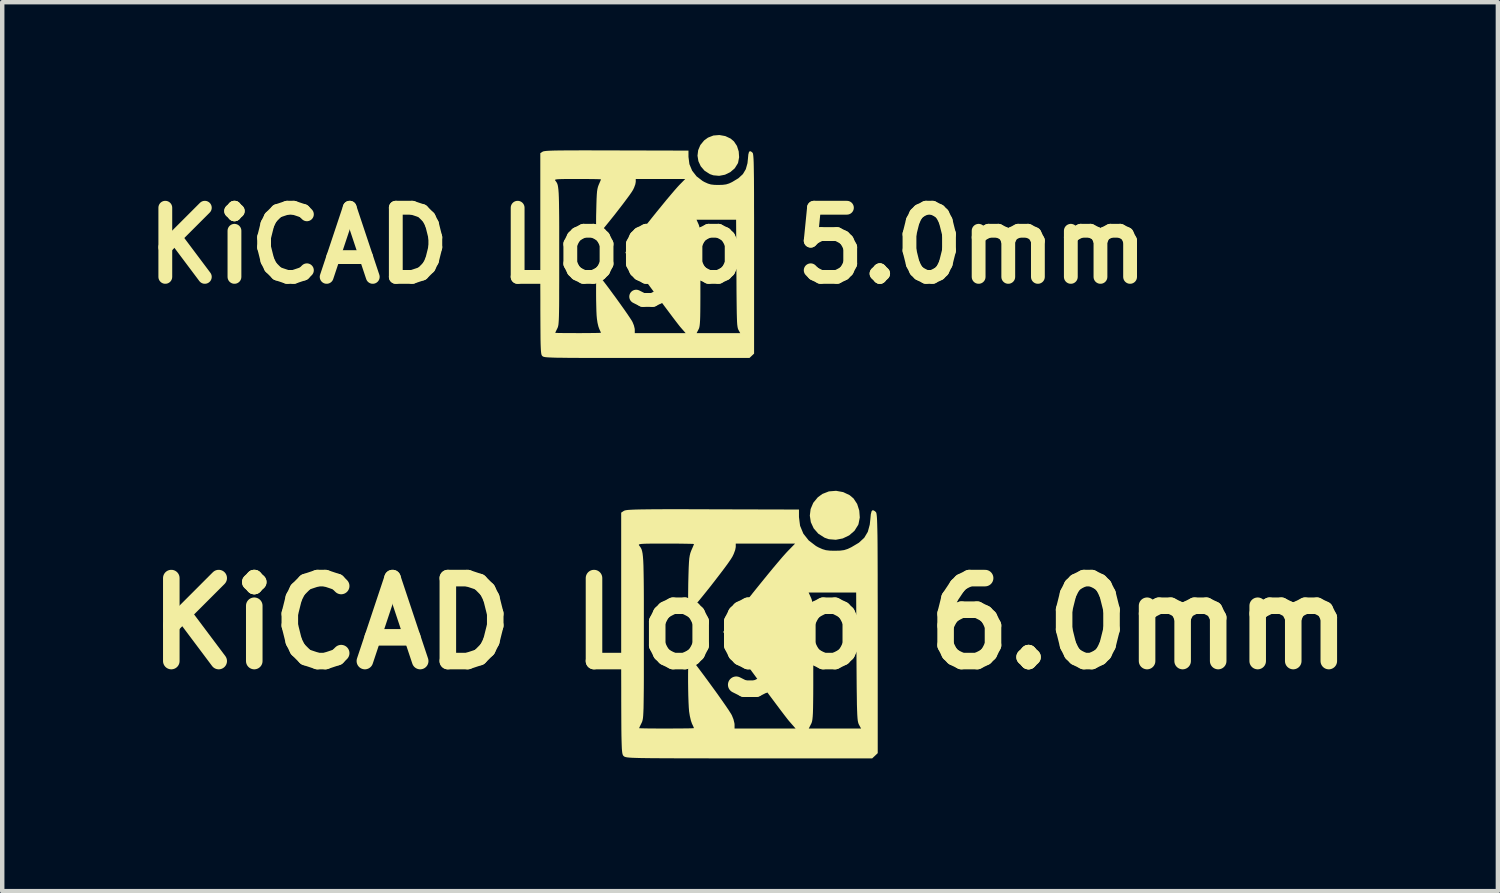
<source format=kicad_pcb>
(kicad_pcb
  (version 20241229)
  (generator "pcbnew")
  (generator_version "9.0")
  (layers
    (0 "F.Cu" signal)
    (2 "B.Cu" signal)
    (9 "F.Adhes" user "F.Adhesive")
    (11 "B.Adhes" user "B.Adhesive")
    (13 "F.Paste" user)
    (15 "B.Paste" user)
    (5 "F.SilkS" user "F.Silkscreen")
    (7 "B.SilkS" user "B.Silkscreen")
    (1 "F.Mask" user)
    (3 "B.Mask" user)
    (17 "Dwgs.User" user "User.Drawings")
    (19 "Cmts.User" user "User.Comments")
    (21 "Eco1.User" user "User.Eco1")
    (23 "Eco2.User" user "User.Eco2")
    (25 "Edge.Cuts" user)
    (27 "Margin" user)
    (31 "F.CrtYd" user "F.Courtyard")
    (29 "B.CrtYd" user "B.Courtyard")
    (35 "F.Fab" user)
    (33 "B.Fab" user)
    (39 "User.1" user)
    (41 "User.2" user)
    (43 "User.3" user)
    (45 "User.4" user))
  (footprint "KiCAD Logo 6.0mm"
    (layer "F.Cu")
    (at 13.893 11.035)
    (property "Reference" "KiCAD Logo 6.0mm" (at 0 0 180) (layer "F.SilkS") (effects (font (size 1.874 1.874) (thickness 0.374))))
    (attr board_only exclude_from_pos_files exclude_from_bom)
    (fp_poly (pts (xy 2.103 -2.969) (xy 2.249 -2.9) (xy 2.337 -2.826) (xy 2.419 -2.702) (xy 2.467 -2.552) (xy 2.479 -2.395) (xy 2.45 -2.248) (xy 2.443 -2.229) (xy 2.359 -2.095) (xy 2.239 -1.991) (xy 2.094 -1.922) (xy 1.937 -1.892) (xy 1.779 -1.905) (xy 1.685 -1.938) (xy 1.541 -2.03) (xy 1.437 -2.15) (xy 1.373 -2.289) (xy 1.35 -2.437) (xy 1.368 -2.586) (xy 1.428 -2.727) (xy 1.53 -2.851) (xy 1.633 -2.927) (xy 1.781 -2.985) (xy 1.943 -2.998)) (stroke (width 0) (type solid)) (fill yes) (layer "F.SilkS"))
    (fp_poly (pts (xy -1.41 -2.582) (xy -1.063 -2.581) (xy -0.841 -2.58) (xy 1.105 -2.575) (xy 1.105 -2.405) (xy 1.13 -2.208) (xy 1.204 -2.03) (xy 1.325 -1.877) (xy 1.488 -1.752) (xy 1.542 -1.722) (xy 1.633 -1.681) (xy 1.713 -1.657) (xy 1.806 -1.646) (xy 1.914 -1.644) (xy 2.035 -1.647) (xy 2.125 -1.659) (xy 2.206 -1.685) (xy 2.288 -1.724) (xy 2.458 -1.825) (xy 2.58 -1.938) (xy 2.66 -2.072) (xy 2.704 -2.234) (xy 2.717 -2.352) (xy 2.728 -2.47) (xy 2.746 -2.539) (xy 2.773 -2.562) (xy 2.814 -2.543) (xy 2.842 -2.518) (xy 2.849 -2.507) (xy 2.855 -2.487) (xy 2.86 -2.454) (xy 2.865 -2.406) (xy 2.869 -2.339) (xy 2.872 -2.25) (xy 2.875 -2.136) (xy 2.878 -1.995) (xy 2.88 -1.822) (xy 2.881 -1.616) (xy 2.882 -1.372) (xy 2.883 -1.088) (xy 2.883 -0.761) (xy 2.884 -0.387) (xy 2.884 0.036) (xy 2.884 0.226) (xy 2.884 2.928) (xy 2.822 2.987) (xy 2.759 3.046) (xy -0.022 3.046) (xy -0.47 3.046) (xy -0.867 3.046) (xy -1.216 3.045) (xy -1.521 3.045) (xy -1.785 3.044) (xy -2.01 3.043) (xy -2.2 3.042) (xy -2.358 3.04) (xy -2.487 3.038) (xy -2.59 3.035) (xy -2.671 3.032) (xy -2.732 3.028) (xy -2.777 3.023) (xy -2.808 3.017) (xy -2.829 3.011) (xy -2.843 3.003) (xy -2.854 2.995) (xy -2.857 2.992) (xy -2.866 2.982) (xy -2.873 2.97) (xy -2.88 2.951) (xy -2.886 2.924) (xy -2.891 2.884) (xy -2.896 2.828) (xy -2.899 2.754) (xy -2.902 2.659) (xy -2.905 2.538) (xy -2.907 2.389) (xy -2.908 2.209) (xy -2.909 1.995) (xy -2.91 1.743) (xy -2.91 1.45) (xy -2.911 1.113) (xy -2.911 0.73) (xy -2.911 0.296) (xy -2.911 0.216) (xy -2.911 -1.773) (xy -2.512 -1.773) (xy -2.502 -1.759) (xy -2.483 -1.734) (xy -2.466 -1.708) (xy -2.451 -1.677) (xy -2.439 -1.636) (xy -2.428 -1.583) (xy -2.42 -1.513) (xy -2.413 -1.422) (xy -2.408 -1.306) (xy -2.405 -1.161) (xy -2.402 -0.984) (xy -2.4 -0.77) (xy -2.399 -0.516) (xy -2.399 -0.217) (xy -2.399 0.13) (xy -2.399 0.292) (xy -2.399 0.653) (xy -2.399 0.965) (xy -2.399 1.23) (xy -2.4 1.453) (xy -2.402 1.639) (xy -2.404 1.79) (xy -2.406 1.911) (xy -2.41 2.007) (xy -2.414 2.08) (xy -2.419 2.135) (xy -2.426 2.175) (xy -2.434 2.206) (xy -2.443 2.23) (xy -2.453 2.251) (xy -2.485 2.316) (xy -2.504 2.358) (xy -2.507 2.364) (xy -2.481 2.366) (xy -2.409 2.368) (xy -2.298 2.37) (xy -2.156 2.371) (xy -1.99 2.372) (xy -1.887 2.372) (xy -1.71 2.371) (xy -1.554 2.37) (xy -1.424 2.369) (xy -1.329 2.367) (xy -1.275 2.364) (xy -1.267 2.362) (xy -1.278 2.335) (xy -1.304 2.278) (xy -1.311 2.265) (xy -1.336 2.193) (xy -1.36 2.09) (xy -1.377 1.985) (xy -1.384 1.896) (xy -1.39 1.774) (xy -1.395 1.63) (xy -1.398 1.472) (xy -1.4 1.31) (xy -1.4 1.152) (xy -1.398 1.008) (xy -1.395 0.887) (xy -1.39 0.798) (xy -1.384 0.751) (xy -1.381 0.745) (xy -1.361 0.763) (xy -1.314 0.818) (xy -1.245 0.904) (xy -1.16 1.015) (xy -1.063 1.145) (xy -0.958 1.287) (xy -0.85 1.435) (xy -0.744 1.581) (xy -0.645 1.721) (xy -0.557 1.847) (xy -0.485 1.953) (xy -0.434 2.033) (xy -0.412 2.071) (xy -0.375 2.162) (xy -0.353 2.252) (xy -0.35 2.282) (xy -0.35 2.372) (xy 0.339 2.372) (xy 1.029 2.372) (xy 0.881 2.203) (xy 0.843 2.156) (xy 0.778 2.072) (xy 0.689 1.955) (xy 0.582 1.812) (xy 0.46 1.649) (xy 0.328 1.472) (xy 0.19 1.286) (xy 0.051 1.097) (xy -0.086 0.911) (xy -0.215 0.734) (xy -0.334 0.572) (xy -0.436 0.431) (xy -0.519 0.316) (xy -0.577 0.233) (xy -0.604 0.193) (xy -0.592 0.166) (xy -0.549 0.103) (xy -0.481 0.008) (xy -0.39 -0.112) (xy -0.282 -0.253) (xy -0.16 -0.409) (xy -0.029 -0.575) (xy 0.071 -0.701) (xy 1.323 -0.701) (xy 1.375 -0.586) (xy 1.387 -0.558) (xy 1.397 -0.525) (xy 1.405 -0.485) (xy 1.412 -0.431) (xy 1.417 -0.359) (xy 1.421 -0.264) (xy 1.424 -0.141) (xy 1.426 0.014) (xy 1.427 0.207) (xy 1.427 0.442) (xy 1.428 0.725) (xy 1.428 0.85) (xy 1.428 1.152) (xy 1.428 1.405) (xy 1.427 1.614) (xy 1.425 1.783) (xy 1.423 1.918) (xy 1.42 2.022) (xy 1.415 2.102) (xy 1.409 2.161) (xy 1.402 2.204) (xy 1.393 2.236) (xy 1.382 2.263) (xy 1.377 2.272) (xy 1.326 2.372) (xy 1.917 2.372) (xy 2.508 2.372) (xy 2.46 2.284) (xy 2.45 2.262) (xy 2.441 2.232) (xy 2.433 2.192) (xy 2.427 2.136) (xy 2.422 2.06) (xy 2.418 1.959) (xy 2.414 1.83) (xy 2.412 1.667) (xy 2.409 1.466) (xy 2.407 1.222) (xy 2.405 0.932) (xy 2.404 0.748) (xy 2.397 -0.701) (xy 1.86 -0.701) (xy 1.323 -0.701) (xy 0.071 -0.701) (xy 0.108 -0.747) (xy 0.246 -0.918) (xy 0.381 -1.084) (xy 0.509 -1.24) (xy 0.626 -1.379) (xy 0.727 -1.498) (xy 0.809 -1.59) (xy 0.853 -1.637) (xy 1.018 -1.806) (xy 0.347 -1.806) (xy -0.323 -1.806) (xy -0.323 -1.728) (xy -0.336 -1.661) (xy -0.369 -1.572) (xy -0.398 -1.512) (xy -0.435 -1.452) (xy -0.497 -1.362) (xy -0.579 -1.25) (xy -0.676 -1.122) (xy -0.782 -0.984) (xy -0.893 -0.841) (xy -1.004 -0.702) (xy -1.11 -0.571) (xy -1.205 -0.456) (xy -1.285 -0.362) (xy -1.345 -0.296) (xy -1.379 -0.265) (xy -1.385 -0.263) (xy -1.392 -0.293) (xy -1.396 -0.37) (xy -1.399 -0.486) (xy -1.399 -0.635) (xy -1.397 -0.809) (xy -1.396 -0.901) (xy -1.391 -1.104) (xy -1.386 -1.261) (xy -1.38 -1.381) (xy -1.373 -1.47) (xy -1.362 -1.537) (xy -1.349 -1.591) (xy -1.332 -1.638) (xy -1.325 -1.655) (xy -1.292 -1.73) (xy -1.271 -1.782) (xy -1.267 -1.796) (xy -1.292 -1.799) (xy -1.365 -1.801) (xy -1.476 -1.803) (xy -1.619 -1.805) (xy -1.786 -1.806) (xy -1.904 -1.806) (xy -2.105 -1.806) (xy -2.258 -1.805) (xy -2.369 -1.803) (xy -2.444 -1.799) (xy -2.489 -1.793) (xy -2.51 -1.785) (xy -2.512 -1.773) (xy -2.911 -1.773) (xy -2.911 -2.505) (xy -2.849 -2.546) (xy -2.832 -2.553) (xy -2.803 -2.56) (xy -2.758 -2.566) (xy -2.695 -2.57) (xy -2.608 -2.574) (xy -2.496 -2.577) (xy -2.353 -2.579) (xy -2.177 -2.581) (xy -1.964 -2.582) (xy -1.709 -2.582)) (stroke (width 0) (type solid)) (fill yes) (layer "F.SilkS")))
  (footprint "KiCAD Logo 5.0mm"
    (layer "F.Cu")
    (at 11.581 2.498)
    (property "Reference" "KiCAD Logo 5.0mm" (at 0 0 180) (layer "F.SilkS") (effects (font (size 1.562 1.562) (thickness 0.312))))
    (attr board_only exclude_from_pos_files exclude_from_bom)
    (fp_poly (pts (xy 1.753 -2.474) (xy 1.874 -2.417) (xy 1.947 -2.355) (xy 2.016 -2.252) (xy 2.056 -2.127) (xy 2.065 -1.996) (xy 2.042 -1.873) (xy 2.036 -1.858) (xy 1.966 -1.746) (xy 1.865 -1.659) (xy 1.745 -1.601) (xy 1.614 -1.576) (xy 1.482 -1.588) (xy 1.404 -1.615) (xy 1.284 -1.692) (xy 1.198 -1.792) (xy 1.145 -1.907) (xy 1.125 -2.031) (xy 1.14 -2.155) (xy 1.19 -2.273) (xy 1.275 -2.376) (xy 1.361 -2.439) (xy 1.484 -2.487) (xy 1.619 -2.498)) (stroke (width 0) (type solid)) (fill yes) (layer "F.SilkS"))
    (fp_poly (pts (xy -1.175 -2.151) (xy -0.886 -2.151) (xy -0.701 -2.15) (xy 0.921 -2.146) (xy 0.921 -2.004) (xy 0.942 -1.84) (xy 1.004 -1.692) (xy 1.104 -1.564) (xy 1.24 -1.46) (xy 1.285 -1.435) (xy 1.361 -1.401) (xy 1.428 -1.381) (xy 1.505 -1.372) (xy 1.595 -1.37) (xy 1.696 -1.373) (xy 1.771 -1.383) (xy 1.839 -1.404) (xy 1.907 -1.436) (xy 2.048 -1.521) (xy 2.15 -1.615) (xy 2.216 -1.726) (xy 2.254 -1.862) (xy 2.264 -1.96) (xy 2.273 -2.058) (xy 2.288 -2.115) (xy 2.311 -2.135) (xy 2.345 -2.119) (xy 2.368 -2.098) (xy 2.374 -2.089) (xy 2.379 -2.072) (xy 2.383 -2.045) (xy 2.387 -2.005) (xy 2.391 -1.949) (xy 2.394 -1.875) (xy 2.396 -1.78) (xy 2.398 -1.662) (xy 2.4 -1.519) (xy 2.401 -1.347) (xy 2.402 -1.144) (xy 2.402 -0.907) (xy 2.403 -0.634) (xy 2.403 -0.323) (xy 2.403 0.03) (xy 2.403 0.189) (xy 2.403 2.44) (xy 2.351 2.489) (xy 2.299 2.538) (xy -0.018 2.538) (xy -0.392 2.538) (xy -0.722 2.538) (xy -1.014 2.538) (xy -1.268 2.537) (xy -1.487 2.537) (xy -1.675 2.536) (xy -1.833 2.535) (xy -1.965 2.533) (xy -2.073 2.532) (xy -2.159 2.529) (xy -2.226 2.526) (xy -2.277 2.523) (xy -2.314 2.519) (xy -2.34 2.514) (xy -2.358 2.509) (xy -2.37 2.503) (xy -2.378 2.496) (xy -2.381 2.493) (xy -2.388 2.485) (xy -2.395 2.475) (xy -2.4 2.459) (xy -2.405 2.436) (xy -2.409 2.403) (xy -2.413 2.357) (xy -2.416 2.295) (xy -2.419 2.215) (xy -2.421 2.115) (xy -2.422 1.991) (xy -2.423 1.841) (xy -2.424 1.662) (xy -2.425 1.452) (xy -2.425 1.208) (xy -2.426 0.928) (xy -2.426 0.608) (xy -2.426 0.247) (xy -2.426 0.18) (xy -2.426 -1.478) (xy -2.094 -1.478) (xy -2.085 -1.466) (xy -2.069 -1.445) (xy -2.055 -1.423) (xy -2.042 -1.397) (xy -2.032 -1.364) (xy -2.024 -1.319) (xy -2.017 -1.261) (xy -2.011 -1.185) (xy -2.007 -1.088) (xy -2.004 -0.968) (xy -2.002 -0.82) (xy -2 -0.642) (xy -1.999 -0.43) (xy -1.999 -0.181) (xy -1.999 0.108) (xy -1.999 0.243) (xy -1.999 0.544) (xy -1.999 0.804) (xy -2 1.025) (xy -2 1.211) (xy -2.001 1.366) (xy -2.003 1.492) (xy -2.005 1.593) (xy -2.008 1.672) (xy -2.012 1.733) (xy -2.016 1.779) (xy -2.022 1.813) (xy -2.028 1.838) (xy -2.036 1.858) (xy -2.044 1.875) (xy -2.071 1.93) (xy -2.087 1.965) (xy -2.089 1.97) (xy -2.067 1.972) (xy -2.007 1.974) (xy -1.915 1.975) (xy -1.796 1.976) (xy -1.658 1.976) (xy -1.572 1.977) (xy -1.425 1.976) (xy -1.295 1.975) (xy -1.186 1.974) (xy -1.107 1.972) (xy -1.063 1.97) (xy -1.056 1.969) (xy -1.065 1.946) (xy -1.087 1.898) (xy -1.092 1.888) (xy -1.114 1.827) (xy -1.134 1.742) (xy -1.147 1.654) (xy -1.154 1.58) (xy -1.159 1.479) (xy -1.162 1.358) (xy -1.165 1.227) (xy -1.166 1.091) (xy -1.166 0.96) (xy -1.165 0.84) (xy -1.163 0.739) (xy -1.159 0.665) (xy -1.153 0.625) (xy -1.151 0.621) (xy -1.134 0.636) (xy -1.095 0.681) (xy -1.038 0.753) (xy -0.967 0.846) (xy -0.885 0.954) (xy -0.798 1.073) (xy -0.708 1.195) (xy -0.62 1.318) (xy -0.537 1.434) (xy -0.464 1.539) (xy -0.404 1.628) (xy -0.361 1.694) (xy -0.343 1.726) (xy -0.312 1.802) (xy -0.294 1.876) (xy -0.292 1.902) (xy -0.292 1.977) (xy 0.283 1.977) (xy 0.857 1.977) (xy 0.734 1.836) (xy 0.703 1.797) (xy 0.648 1.726) (xy 0.574 1.629) (xy 0.485 1.51) (xy 0.383 1.374) (xy 0.273 1.226) (xy 0.158 1.071) (xy 0.042 0.914) (xy -0.072 0.759) (xy -0.18 0.612) (xy -0.278 0.477) (xy -0.363 0.359) (xy -0.432 0.263) (xy -0.481 0.195) (xy -0.503 0.16) (xy -0.493 0.138) (xy -0.458 0.085) (xy -0.401 0.007) (xy -0.325 -0.093) (xy -0.235 -0.21) (xy -0.133 -0.341) (xy -0.024 -0.479) (xy 0.06 -0.584) (xy 1.103 -0.584) (xy 1.146 -0.489) (xy 1.156 -0.465) (xy 1.164 -0.438) (xy 1.171 -0.404) (xy 1.177 -0.359) (xy 1.181 -0.299) (xy 1.184 -0.22) (xy 1.186 -0.118) (xy 1.188 0.012) (xy 1.189 0.173) (xy 1.19 0.369) (xy 1.19 0.604) (xy 1.19 0.708) (xy 1.19 0.96) (xy 1.19 1.171) (xy 1.189 1.345) (xy 1.188 1.486) (xy 1.186 1.598) (xy 1.183 1.685) (xy 1.179 1.751) (xy 1.174 1.8) (xy 1.168 1.837) (xy 1.161 1.864) (xy 1.152 1.886) (xy 1.148 1.893) (xy 1.105 1.977) (xy 1.598 1.977) (xy 2.09 1.977) (xy 2.05 1.904) (xy 2.041 1.885) (xy 2.034 1.86) (xy 2.028 1.827) (xy 2.022 1.78) (xy 2.018 1.717) (xy 2.015 1.633) (xy 2.012 1.525) (xy 2.01 1.389) (xy 2.008 1.221) (xy 2.006 1.018) (xy 2.005 0.776) (xy 2.004 0.623) (xy 1.997 -0.584) (xy 1.55 -0.584) (xy 1.103 -0.584) (xy 0.06 -0.584) (xy 0.09 -0.622) (xy 0.205 -0.765) (xy 0.318 -0.903) (xy 0.424 -1.033) (xy 0.522 -1.149) (xy 0.606 -1.248) (xy 0.674 -1.325) (xy 0.71 -1.364) (xy 0.848 -1.505) (xy 0.289 -1.505) (xy -0.27 -1.505) (xy -0.27 -1.44) (xy -0.28 -1.384) (xy -0.307 -1.31) (xy -0.331 -1.26) (xy -0.362 -1.21) (xy -0.414 -1.135) (xy -0.483 -1.042) (xy -0.563 -0.935) (xy -0.652 -0.82) (xy -0.744 -0.701) (xy -0.837 -0.585) (xy -0.925 -0.476) (xy -1.004 -0.38) (xy -1.071 -0.302) (xy -1.121 -0.247) (xy -1.15 -0.221) (xy -1.154 -0.219) (xy -1.16 -0.244) (xy -1.163 -0.308) (xy -1.166 -0.405) (xy -1.166 -0.529) (xy -1.165 -0.674) (xy -1.163 -0.751) (xy -1.159 -0.92) (xy -1.155 -1.051) (xy -1.15 -1.151) (xy -1.144 -1.225) (xy -1.135 -1.281) (xy -1.124 -1.326) (xy -1.11 -1.365) (xy -1.104 -1.379) (xy -1.077 -1.442) (xy -1.059 -1.485) (xy -1.056 -1.496) (xy -1.077 -1.499) (xy -1.137 -1.501) (xy -1.23 -1.503) (xy -1.349 -1.504) (xy -1.488 -1.505) (xy -1.587 -1.505) (xy -1.754 -1.505) (xy -1.882 -1.504) (xy -1.975 -1.502) (xy -2.037 -1.499) (xy -2.074 -1.494) (xy -2.092 -1.487) (xy -2.094 -1.478) (xy -2.426 -1.478) (xy -2.426 -2.088) (xy -2.375 -2.121) (xy -2.36 -2.128) (xy -2.336 -2.133) (xy -2.299 -2.138) (xy -2.246 -2.142) (xy -2.174 -2.145) (xy -2.08 -2.148) (xy -1.961 -2.149) (xy -1.814 -2.151) (xy -1.636 -2.151) (xy -1.424 -2.152)) (stroke (width 0) (type solid)) (fill yes) (layer "F.SilkS")))
  (gr_rect
    (start -3 -3)
    (end 30.786 17.08)
    (stroke (width 0.1) (type default))
    (fill no)
    (layer "Edge.Cuts")))
</source>
